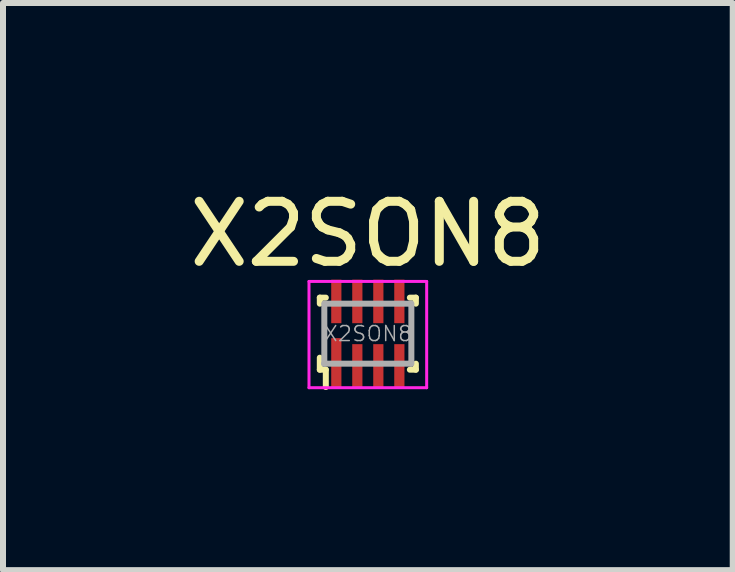
<source format=kicad_pcb>
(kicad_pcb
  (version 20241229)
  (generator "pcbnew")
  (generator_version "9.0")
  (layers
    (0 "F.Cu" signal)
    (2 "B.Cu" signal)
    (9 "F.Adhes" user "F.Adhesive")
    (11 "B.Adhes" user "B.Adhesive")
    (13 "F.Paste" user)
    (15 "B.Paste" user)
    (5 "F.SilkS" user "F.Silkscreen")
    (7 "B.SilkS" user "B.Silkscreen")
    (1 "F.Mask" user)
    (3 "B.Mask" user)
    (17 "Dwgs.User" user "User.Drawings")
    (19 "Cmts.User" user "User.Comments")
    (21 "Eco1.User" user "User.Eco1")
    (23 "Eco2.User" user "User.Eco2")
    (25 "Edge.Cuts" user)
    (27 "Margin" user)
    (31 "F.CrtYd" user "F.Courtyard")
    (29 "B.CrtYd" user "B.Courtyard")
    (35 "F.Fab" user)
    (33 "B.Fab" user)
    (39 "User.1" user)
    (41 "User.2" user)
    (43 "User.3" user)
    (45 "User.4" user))
  (footprint "X2SON8"
    (layer "F.Cu")
    (at 3.077 2.508)
    (property "Reference" "X2SON8" (at 0 -1.66 0) (layer "F.SilkS") (effects (font (size 1 1) (thickness 0.15))))
    (attr smd)
    (fp_line (start -0.8 -0.6) (end -0.8 -0.5) (stroke (width 0.1) (type solid)) (layer "F.SilkS"))
    (fp_line (start -0.8 0.4) (end -0.8 0.6) (stroke (width 0.1) (type solid)) (layer "F.SilkS"))
    (fp_line (start -0.8 0.6) (end -0.7 0.6) (stroke (width 0.1) (type solid)) (layer "F.SilkS"))
    (fp_line (start -0.7 -0.6) (end -0.8 -0.6) (stroke (width 0.1) (type solid)) (layer "F.SilkS"))
    (fp_line (start -0.7 0.6) (end -0.7 0.889) (stroke (width 0.1) (type solid)) (layer "F.SilkS"))
    (fp_line (start 0.7 -0.6) (end 0.8 -0.6) (stroke (width 0.1) (type solid)) (layer "F.SilkS"))
    (fp_line (start 0.7 0.6) (end 0.8 0.6) (stroke (width 0.1) (type solid)) (layer "F.SilkS"))
    (fp_line (start 0.8 -0.6) (end 0.8 -0.5) (stroke (width 0.1) (type solid)) (layer "F.SilkS"))
    (fp_line (start 0.8 0.6) (end 0.8 0.5) (stroke (width 0.1) (type solid)) (layer "F.SilkS"))
    (fp_line (start -0.98 -0.87) (end 0.98 -0.87) (stroke (width 0.05) (type solid)) (layer "F.CrtYd"))
    (fp_line (start -0.98 0.9) (end -0.98 -0.87) (stroke (width 0.05) (type solid)) (layer "F.CrtYd"))
    (fp_line (start -0.98 0.9) (end 0.98 0.9) (stroke (width 0.05) (type solid)) (layer "F.CrtYd"))
    (fp_line (start 0.98 0.9) (end 0.98 -0.87) (stroke (width 0.05) (type solid)) (layer "F.CrtYd"))
    (fp_line (start -0.73 0.5) (end 0.72 0.5) (stroke (width 0.1) (type solid)) (layer "F.Fab"))
    (fp_line (start -0.725 0.5) (end -0.725 -0.5) (stroke (width 0.1) (type solid)) (layer "F.Fab"))
    (fp_line (start -0.72 -0.5) (end 0.72 -0.5) (stroke (width 0.1) (type solid)) (layer "F.Fab"))
    (fp_line (start 0.725 0.5) (end 0.725 -0.5) (stroke (width 0.1) (type solid)) (layer "F.Fab"))
    (fp_text user "${REFERENCE}" (at 0 0 0) (layer "F.Fab") (effects (font (size 0.25 0.25) (thickness 0.025))))
    (pad "1" smd rect (at -0.525 0.487) (size 0.17 0.825) (layers "F.Cu" "F.Mask" "F.Paste"))
    (pad "2" smd rect (at -0.175 0.537) (size 0.17 0.725) (layers "F.Cu" "F.Mask" "F.Paste"))
    (pad "3" smd rect (at 0.175 0.537) (size 0.17 0.725) (layers "F.Cu" "F.Mask" "F.Paste"))
    (pad "4" smd rect (at 0.525 0.537) (size 0.17 0.725) (layers "F.Cu" "F.Mask" "F.Paste"))
    (pad "5" smd rect (at 0.525 -0.537) (size 0.17 0.725) (layers "F.Cu" "F.Mask" "F.Paste"))
    (pad "6" smd rect (at 0.175 -0.537) (size 0.17 0.725) (layers "F.Cu" "F.Mask" "F.Paste"))
    (pad "7" smd rect (at -0.175 -0.537) (size 0.17 0.725) (layers "F.Cu" "F.Mask" "F.Paste"))
    (pad "8" smd rect (at -0.525 -0.537) (size 0.17 0.725) (layers "F.Cu" "F.Mask" "F.Paste")))
  (gr_rect
    (start -3 -3)
    (end 9.155 6.447)
    (stroke (width 0.1) (type default))
    (fill no)
    (layer "Edge.Cuts")))
</source>
